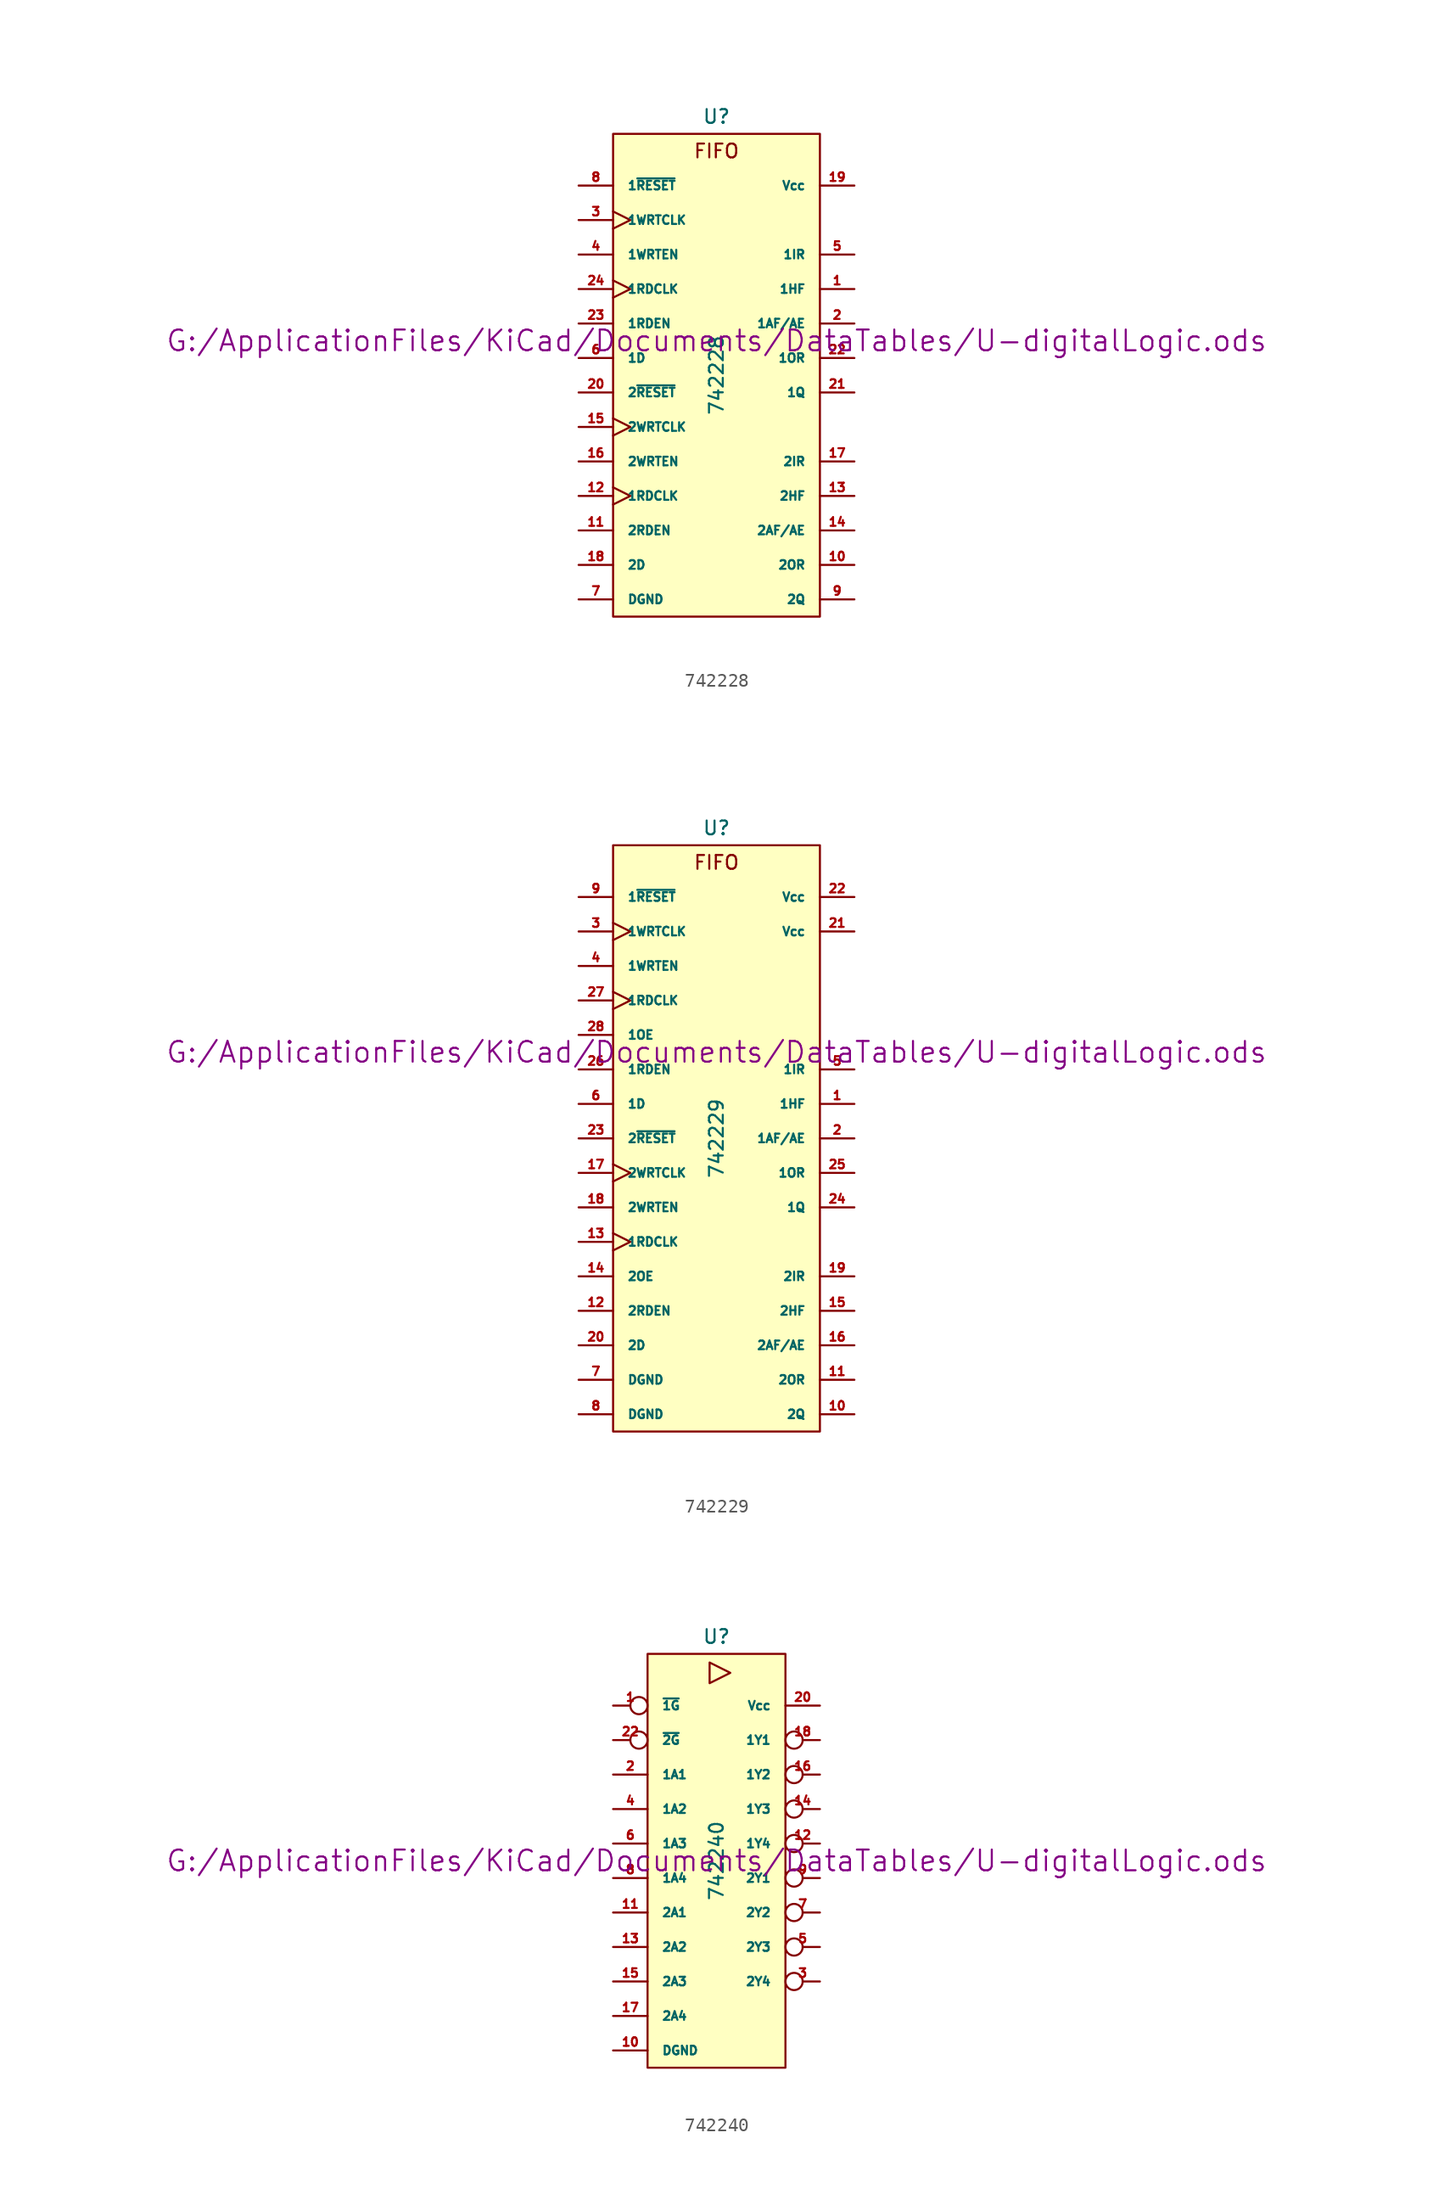
<source format=kicad_sym>
(kicad_symbol_lib
  (version 20211014)
  (generator kicad_symbol_editor)
  (symbol "742228"
    (pin_names
      (offset 1.016))
    (property "Reference" "U"
      (at 0 19.05 0)
      (effects (font (size 1.016 1.016))))
    (property "Value" "742228"
      (at 0 0 90)
      (effects (font (size 1.016 1.016))))
    (property "Footprint" ""
      (at 0 2.54 0)
      (effects (font (size 1.524 1.524))))
    (property "Datasheet" "G:/ApplicationFiles/KiCad/Documents/DataTables/U-digitalLogic.ods"
      (at 0 2.54 0)
      (effects (font (size 1.524 1.524))))
    (symbol "742228_0_0"
      (text "FIFO" (at 0 16.51 0) (effects (font (size 1.016 1.016)))))
    (symbol "742228_0_1"
      (rectangle (start -7.62 17.78) (end 7.62 -17.78) (stroke (width 0) (type default) (color 0 0 0 0)) (fill (type background))))
    (symbol "742228_1_1"
      (pin output line (at 10.16 6.35 180) (length 2.54) (name "1HF" (effects (font (size 0.635 0.635)))) (number "1" (effects (font (size 0.635 0.635)))))
      (pin output line (at 10.16 -13.97 180) (length 2.54) (name "2OR" (effects (font (size 0.635 0.635)))) (number "10" (effects (font (size 0.635 0.635)))))
      (pin input line (at -10.16 -11.43 0) (length 2.54) (name "2RDEN" (effects (font (size 0.635 0.635)))) (number "11" (effects (font (size 0.635 0.635)))))
      (pin input clock (at -10.16 -8.89 0) (length 2.54) (name "1RDCLK" (effects (font (size 0.635 0.635)))) (number "12" (effects (font (size 0.635 0.635)))))
      (pin output line (at 10.16 -8.89 180) (length 2.54) (name "2HF" (effects (font (size 0.635 0.635)))) (number "13" (effects (font (size 0.635 0.635)))))
      (pin output line (at 10.16 -11.43 180) (length 2.54) (name "2AF/AE" (effects (font (size 0.635 0.635)))) (number "14" (effects (font (size 0.635 0.635)))))
      (pin input clock (at -10.16 -3.81 0) (length 2.54) (name "2WRTCLK" (effects (font (size 0.635 0.635)))) (number "15" (effects (font (size 0.635 0.635)))))
      (pin input line (at -10.16 -6.35 0) (length 2.54) (name "2WRTEN" (effects (font (size 0.635 0.635)))) (number "16" (effects (font (size 0.635 0.635)))))
      (pin output line (at 10.16 -6.35 180) (length 2.54) (name "2IR" (effects (font (size 0.635 0.635)))) (number "17" (effects (font (size 0.635 0.635)))))
      (pin input line (at -10.16 -13.97 0) (length 2.54) (name "2D" (effects (font (size 0.635 0.635)))) (number "18" (effects (font (size 0.635 0.635)))))
      (pin power_in line (at 10.16 13.97 180) (length 2.54) (name "Vcc" (effects (font (size 0.635 0.635)))) (number "19" (effects (font (size 0.635 0.635)))))
      (pin output line (at 10.16 3.81 180) (length 2.54) (name "1AF/AE" (effects (font (size 0.635 0.635)))) (number "2" (effects (font (size 0.635 0.635)))))
      (pin input line (at -10.16 -1.27 0) (length 2.54) (name "2~{RESET}" (effects (font (size 0.635 0.635)))) (number "20" (effects (font (size 0.635 0.635)))))
      (pin output line (at 10.16 -1.27 180) (length 2.54) (name "1Q" (effects (font (size 0.635 0.635)))) (number "21" (effects (font (size 0.635 0.635)))))
      (pin output line (at 10.16 1.27 180) (length 2.54) (name "1OR" (effects (font (size 0.635 0.635)))) (number "22" (effects (font (size 0.635 0.635)))))
      (pin input line (at -10.16 3.81 0) (length 2.54) (name "1RDEN" (effects (font (size 0.635 0.635)))) (number "23" (effects (font (size 0.635 0.635)))))
      (pin input clock (at -10.16 6.35 0) (length 2.54) (name "1RDCLK" (effects (font (size 0.635 0.635)))) (number "24" (effects (font (size 0.635 0.635)))))
      (pin input clock (at -10.16 11.43 0) (length 2.54) (name "1WRTCLK" (effects (font (size 0.635 0.635)))) (number "3" (effects (font (size 0.635 0.635)))))
      (pin input line (at -10.16 8.89 0) (length 2.54) (name "1WRTEN" (effects (font (size 0.635 0.635)))) (number "4" (effects (font (size 0.635 0.635)))))
      (pin output line (at 10.16 8.89 180) (length 2.54) (name "1IR" (effects (font (size 0.635 0.635)))) (number "5" (effects (font (size 0.635 0.635)))))
      (pin input line (at -10.16 1.27 0) (length 2.54) (name "1D" (effects (font (size 0.635 0.635)))) (number "6" (effects (font (size 0.635 0.635)))))
      (pin power_in line (at -10.16 -16.51 0) (length 2.54) (name "DGND" (effects (font (size 0.635 0.635)))) (number "7" (effects (font (size 0.635 0.635)))))
      (pin input line (at -10.16 13.97 0) (length 2.54) (name "1~{RESET}" (effects (font (size 0.635 0.635)))) (number "8" (effects (font (size 0.635 0.635)))))
      (pin output line (at 10.16 -16.51 180) (length 2.54) (name "2Q" (effects (font (size 0.635 0.635)))) (number "9" (effects (font (size 0.635 0.635)))))))
  (symbol "742229"
    (pin_names
      (offset 1.016))
    (property "Reference" "U"
      (at 0 22.86 0)
      (effects (font (size 1.016 1.016))))
    (property "Value" "742229"
      (at 0 0 90)
      (effects (font (size 1.016 1.016))))
    (property "Footprint" ""
      (at 0 6.35 0)
      (effects (font (size 1.524 1.524))))
    (property "Datasheet" "G:/ApplicationFiles/KiCad/Documents/DataTables/U-digitalLogic.ods"
      (at 0 6.35 0)
      (effects (font (size 1.524 1.524))))
    (symbol "742229_0_0"
      (text "FIFO" (at 0 20.32 0) (effects (font (size 1.016 1.016)))))
    (symbol "742229_0_1"
      (rectangle (start -7.62 21.59) (end 7.62 -21.59) (stroke (width 0) (type default) (color 0 0 0 0)) (fill (type background))))
    (symbol "742229_1_1"
      (pin output line (at 10.16 2.54 180) (length 2.54) (name "1HF" (effects (font (size 0.635 0.635)))) (number "1" (effects (font (size 0.635 0.635)))))
      (pin output line (at 10.16 -20.32 180) (length 2.54) (name "2Q" (effects (font (size 0.635 0.635)))) (number "10" (effects (font (size 0.635 0.635)))))
      (pin output line (at 10.16 -17.78 180) (length 2.54) (name "2OR" (effects (font (size 0.635 0.635)))) (number "11" (effects (font (size 0.635 0.635)))))
      (pin input line (at -10.16 -12.7 0) (length 2.54) (name "2RDEN" (effects (font (size 0.635 0.635)))) (number "12" (effects (font (size 0.635 0.635)))))
      (pin input clock (at -10.16 -7.62 0) (length 2.54) (name "1RDCLK" (effects (font (size 0.635 0.635)))) (number "13" (effects (font (size 0.635 0.635)))))
      (pin input line (at -10.16 -10.16 0) (length 2.54) (name "2OE" (effects (font (size 0.635 0.635)))) (number "14" (effects (font (size 0.635 0.635)))))
      (pin output line (at 10.16 -12.7 180) (length 2.54) (name "2HF" (effects (font (size 0.635 0.635)))) (number "15" (effects (font (size 0.635 0.635)))))
      (pin output line (at 10.16 -15.24 180) (length 2.54) (name "2AF/AE" (effects (font (size 0.635 0.635)))) (number "16" (effects (font (size 0.635 0.635)))))
      (pin input clock (at -10.16 -2.54 0) (length 2.54) (name "2WRTCLK" (effects (font (size 0.635 0.635)))) (number "17" (effects (font (size 0.635 0.635)))))
      (pin input line (at -10.16 -5.08 0) (length 2.54) (name "2WRTEN" (effects (font (size 0.635 0.635)))) (number "18" (effects (font (size 0.635 0.635)))))
      (pin output line (at 10.16 -10.16 180) (length 2.54) (name "2IR" (effects (font (size 0.635 0.635)))) (number "19" (effects (font (size 0.635 0.635)))))
      (pin output line (at 10.16 0 180) (length 2.54) (name "1AF/AE" (effects (font (size 0.635 0.635)))) (number "2" (effects (font (size 0.635 0.635)))))
      (pin input line (at -10.16 -15.24 0) (length 2.54) (name "2D" (effects (font (size 0.635 0.635)))) (number "20" (effects (font (size 0.635 0.635)))))
      (pin power_in line (at 10.16 15.24 180) (length 2.54) (name "Vcc" (effects (font (size 0.635 0.635)))) (number "21" (effects (font (size 0.635 0.635)))))
      (pin power_in line (at 10.16 17.78 180) (length 2.54) (name "Vcc" (effects (font (size 0.635 0.635)))) (number "22" (effects (font (size 0.635 0.635)))))
      (pin input line (at -10.16 0 0) (length 2.54) (name "2~{RESET}" (effects (font (size 0.635 0.635)))) (number "23" (effects (font (size 0.635 0.635)))))
      (pin output line (at 10.16 -5.08 180) (length 2.54) (name "1Q" (effects (font (size 0.635 0.635)))) (number "24" (effects (font (size 0.635 0.635)))))
      (pin output line (at 10.16 -2.54 180) (length 2.54) (name "1OR" (effects (font (size 0.635 0.635)))) (number "25" (effects (font (size 0.635 0.635)))))
      (pin input line (at -10.16 5.08 0) (length 2.54) (name "1RDEN" (effects (font (size 0.635 0.635)))) (number "26" (effects (font (size 0.635 0.635)))))
      (pin input clock (at -10.16 10.16 0) (length 2.54) (name "1RDCLK" (effects (font (size 0.635 0.635)))) (number "27" (effects (font (size 0.635 0.635)))))
      (pin input line (at -10.16 7.62 0) (length 2.54) (name "1OE" (effects (font (size 0.635 0.635)))) (number "28" (effects (font (size 0.635 0.635)))))
      (pin input clock (at -10.16 15.24 0) (length 2.54) (name "1WRTCLK" (effects (font (size 0.635 0.635)))) (number "3" (effects (font (size 0.635 0.635)))))
      (pin input line (at -10.16 12.7 0) (length 2.54) (name "1WRTEN" (effects (font (size 0.635 0.635)))) (number "4" (effects (font (size 0.635 0.635)))))
      (pin output line (at 10.16 5.08 180) (length 2.54) (name "1IR" (effects (font (size 0.635 0.635)))) (number "5" (effects (font (size 0.635 0.635)))))
      (pin input line (at -10.16 2.54 0) (length 2.54) (name "1D" (effects (font (size 0.635 0.635)))) (number "6" (effects (font (size 0.635 0.635)))))
      (pin power_in line (at -10.16 -17.78 0) (length 2.54) (name "DGND" (effects (font (size 0.635 0.635)))) (number "7" (effects (font (size 0.635 0.635)))))
      (pin power_in line (at -10.16 -20.32 0) (length 2.54) (name "DGND" (effects (font (size 0.635 0.635)))) (number "8" (effects (font (size 0.635 0.635)))))
      (pin input line (at -10.16 17.78 0) (length 2.54) (name "1~{RESET}" (effects (font (size 0.635 0.635)))) (number "9" (effects (font (size 0.635 0.635)))))))
  (symbol "742240"
    (pin_names
      (offset 1.016))
    (property "Reference" "U"
      (at 0 16.51 0)
      (effects (font (size 1.016 1.016))))
    (property "Value" "742240"
      (at 0 0 90)
      (effects (font (size 1.016 1.016))))
    (property "Footprint" ""
      (at 0 0 0)
      (effects (font (size 1.524 1.524))))
    (property "Datasheet" "G:/ApplicationFiles/KiCad/Documents/DataTables/U-digitalLogic.ods"
      (at 0 0 0)
      (effects (font (size 1.524 1.524))))
    (symbol "742240_0_0"
      (polyline (pts (xy -0.508 14.605) (xy -0.508 13.081) (xy 1.016 13.843) (xy -0.508 14.605)) (stroke (width 0) (type default) (color 0 0 0 0)) (fill (type none))))
    (symbol "742240_0_1"
      (rectangle (start -5.08 15.24) (end 5.08 -15.24) (stroke (width 0) (type default) (color 0 0 0 0)) (fill (type background))))
    (symbol "742240_1_1"
      (pin input inverted (at -7.62 11.43 0) (length 2.54) (name "~{1G}" (effects (font (size 0.635 0.635)))) (number "1" (effects (font (size 0.635 0.635)))))
      (pin power_in line (at -7.62 -13.97 0) (length 2.54) (name "DGND" (effects (font (size 0.635 0.635)))) (number "10" (effects (font (size 0.635 0.635)))))
      (pin input line (at -7.62 -3.81 0) (length 2.54) (name "2A1" (effects (font (size 0.635 0.635)))) (number "11" (effects (font (size 0.635 0.635)))))
      (pin tri_state inverted (at 7.62 1.27 180) (length 2.54) (name "1Y4" (effects (font (size 0.635 0.635)))) (number "12" (effects (font (size 0.635 0.635)))))
      (pin input line (at -7.62 -6.35 0) (length 2.54) (name "2A2" (effects (font (size 0.635 0.635)))) (number "13" (effects (font (size 0.635 0.635)))))
      (pin tri_state inverted (at 7.62 3.81 180) (length 2.54) (name "1Y3" (effects (font (size 0.635 0.635)))) (number "14" (effects (font (size 0.635 0.635)))))
      (pin input line (at -7.62 -8.89 0) (length 2.54) (name "2A3" (effects (font (size 0.635 0.635)))) (number "15" (effects (font (size 0.635 0.635)))))
      (pin tri_state inverted (at 7.62 6.35 180) (length 2.54) (name "1Y2" (effects (font (size 0.635 0.635)))) (number "16" (effects (font (size 0.635 0.635)))))
      (pin input line (at -7.62 -11.43 0) (length 2.54) (name "2A4" (effects (font (size 0.635 0.635)))) (number "17" (effects (font (size 0.635 0.635)))))
      (pin tri_state inverted (at 7.62 8.89 180) (length 2.54) (name "1Y1" (effects (font (size 0.635 0.635)))) (number "18" (effects (font (size 0.635 0.635)))))
      (pin input line (at -7.62 6.35 0) (length 2.54) (name "1A1" (effects (font (size 0.635 0.635)))) (number "2" (effects (font (size 0.635 0.635)))))
      (pin power_in line (at 7.62 11.43 180) (length 2.54) (name "Vcc" (effects (font (size 0.635 0.635)))) (number "20" (effects (font (size 0.635 0.635)))))
      (pin input inverted (at -7.62 8.89 0) (length 2.54) (name "~{2G}" (effects (font (size 0.635 0.635)))) (number "22" (effects (font (size 0.635 0.635)))))
      (pin tri_state inverted (at 7.62 -8.89 180) (length 2.54) (name "2Y4" (effects (font (size 0.635 0.635)))) (number "3" (effects (font (size 0.635 0.635)))))
      (pin input line (at -7.62 3.81 0) (length 2.54) (name "1A2" (effects (font (size 0.635 0.635)))) (number "4" (effects (font (size 0.635 0.635)))))
      (pin tri_state inverted (at 7.62 -6.35 180) (length 2.54) (name "2Y3" (effects (font (size 0.635 0.635)))) (number "5" (effects (font (size 0.635 0.635)))))
      (pin input line (at -7.62 1.27 0) (length 2.54) (name "1A3" (effects (font (size 0.635 0.635)))) (number "6" (effects (font (size 0.635 0.635)))))
      (pin tri_state inverted (at 7.62 -3.81 180) (length 2.54) (name "2Y2" (effects (font (size 0.635 0.635)))) (number "7" (effects (font (size 0.635 0.635)))))
      (pin input line (at -7.62 -1.27 0) (length 2.54) (name "1A4" (effects (font (size 0.635 0.635)))) (number "8" (effects (font (size 0.635 0.635)))))
      (pin tri_state inverted (at 7.62 -1.27 180) (length 2.54) (name "2Y1" (effects (font (size 0.635 0.635)))) (number "9" (effects (font (size 0.635 0.635))))))))
</source>
